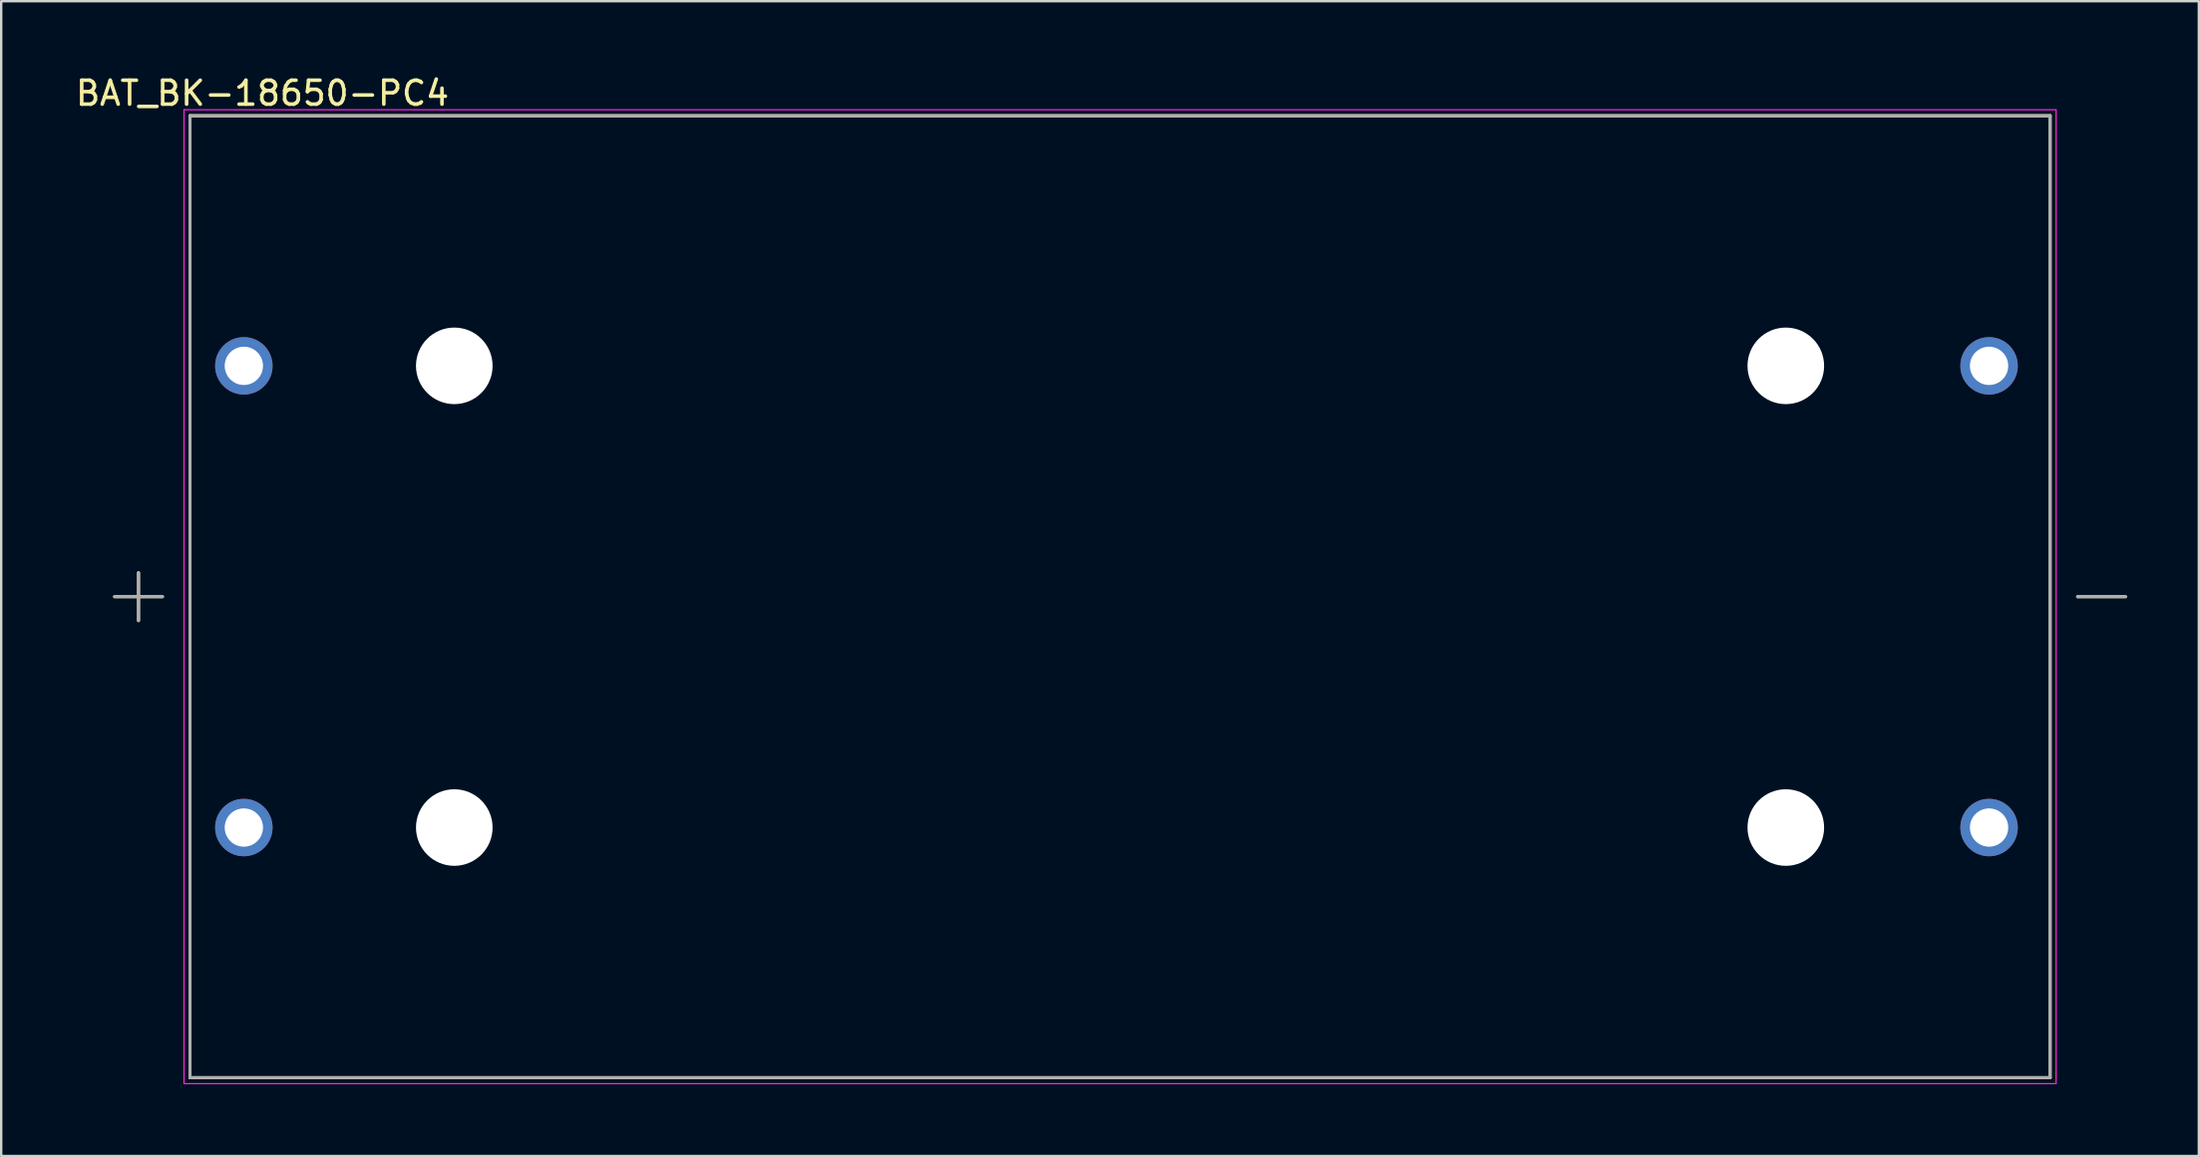
<source format=kicad_pcb>
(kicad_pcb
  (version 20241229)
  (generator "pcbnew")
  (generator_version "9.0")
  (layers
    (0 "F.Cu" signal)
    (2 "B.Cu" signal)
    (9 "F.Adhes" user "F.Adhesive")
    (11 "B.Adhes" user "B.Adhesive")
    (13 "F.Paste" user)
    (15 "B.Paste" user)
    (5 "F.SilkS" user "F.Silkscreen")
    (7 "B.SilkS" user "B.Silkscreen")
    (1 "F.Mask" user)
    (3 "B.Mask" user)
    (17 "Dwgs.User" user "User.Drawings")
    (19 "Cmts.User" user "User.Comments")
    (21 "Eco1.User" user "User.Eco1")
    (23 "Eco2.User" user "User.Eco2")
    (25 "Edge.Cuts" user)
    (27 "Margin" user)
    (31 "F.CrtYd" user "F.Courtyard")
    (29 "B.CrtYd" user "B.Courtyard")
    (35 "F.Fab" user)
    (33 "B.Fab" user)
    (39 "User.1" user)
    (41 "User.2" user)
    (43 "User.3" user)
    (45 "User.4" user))
  (footprint "BAT_BK-18650-PC4"
    (layer "F.Cu")
    (at 43.736 21.893)
    (property "Reference" "BAT_BK-18650-PC4" (at -35.825 -21.045 0) (layer "F.SilkS") (effects (font (size 1 1) (thickness 0.15))))
    (attr through_hole)
    (fp_line (start -42 0) (end -40 0) (stroke (width 0.127) (type solid)) (layer "F.SilkS"))
    (fp_line (start -41 -1) (end -41 1) (stroke (width 0.127) (type solid)) (layer "F.SilkS"))
    (fp_line (start -38.85 -20.105) (end 38.85 -20.105) (stroke (width 0.127) (type solid)) (layer "F.SilkS"))
    (fp_line (start -38.85 20.105) (end -38.85 -20.105) (stroke (width 0.127) (type solid)) (layer "F.SilkS"))
    (fp_line (start 38.85 -20.105) (end 38.85 20.105) (stroke (width 0.127) (type solid)) (layer "F.SilkS"))
    (fp_line (start 38.85 20.105) (end -38.85 20.105) (stroke (width 0.127) (type solid)) (layer "F.SilkS"))
    (fp_line (start 40 0) (end 42 0) (stroke (width 0.127) (type solid)) (layer "F.SilkS"))
    (fp_line (start -39.1 -20.355) (end 39.1 -20.355) (stroke (width 0.05) (type solid)) (layer "F.CrtYd"))
    (fp_line (start -39.1 20.355) (end -39.1 -20.355) (stroke (width 0.05) (type solid)) (layer "F.CrtYd"))
    (fp_line (start 39.1 -20.355) (end 39.1 20.355) (stroke (width 0.05) (type solid)) (layer "F.CrtYd"))
    (fp_line (start 39.1 20.355) (end -39.1 20.355) (stroke (width 0.05) (type solid)) (layer "F.CrtYd"))
    (fp_line (start -42 0) (end -40 0) (stroke (width 0.127) (type solid)) (layer "F.Fab"))
    (fp_line (start -41 -1) (end -41 1) (stroke (width 0.127) (type solid)) (layer "F.Fab"))
    (fp_line (start -38.85 -20.105) (end 38.85 -20.105) (stroke (width 0.127) (type solid)) (layer "F.Fab"))
    (fp_line (start -38.85 20.105) (end -38.85 -20.105) (stroke (width 0.127) (type solid)) (layer "F.Fab"))
    (fp_line (start 38.85 -20.105) (end 38.85 20.105) (stroke (width 0.127) (type solid)) (layer "F.Fab"))
    (fp_line (start 38.85 20.105) (end -38.85 20.105) (stroke (width 0.127) (type solid)) (layer "F.Fab"))
    (fp_line (start 40 0) (end 42 0) (stroke (width 0.127) (type solid)) (layer "F.Fab"))
    (pad "" np_thru_hole circle (at -27.81 -9.65) (size 3.2 3.2) (drill 3.2) (layers "*.Cu" "*.Mask"))
    (pad "" np_thru_hole circle (at -27.81 9.65) (size 3.2 3.2) (drill 3.2) (layers "*.Cu" "*.Mask"))
    (pad "" np_thru_hole circle (at 27.81 -9.65) (size 3.2 3.2) (drill 3.2) (layers "*.Cu" "*.Mask"))
    (pad "" np_thru_hole circle (at 27.81 9.65) (size 3.2 3.2) (drill 3.2) (layers "*.Cu" "*.Mask"))
    (pad "1+" thru_hole circle (at -36.6 -9.65) (size 2.4 2.4) (drill 1.6) (layers "*.Cu" "*.Mask"))
    (pad "1-" thru_hole circle (at 36.3 -9.65) (size 2.4 2.4) (drill 1.6) (layers "*.Cu" "*.Mask"))
    (pad "2+" thru_hole circle (at -36.6 9.65) (size 2.4 2.4) (drill 1.6) (layers "*.Cu" "*.Mask"))
    (pad "2-" thru_hole circle (at 36.3 9.65) (size 2.4 2.4) (drill 1.6) (layers "*.Cu" "*.Mask")))
  (gr_rect
    (start -3 -3)
    (end 88.799 45.273)
    (stroke (width 0.1) (type default))
    (fill no)
    (layer "Edge.Cuts")))
</source>
